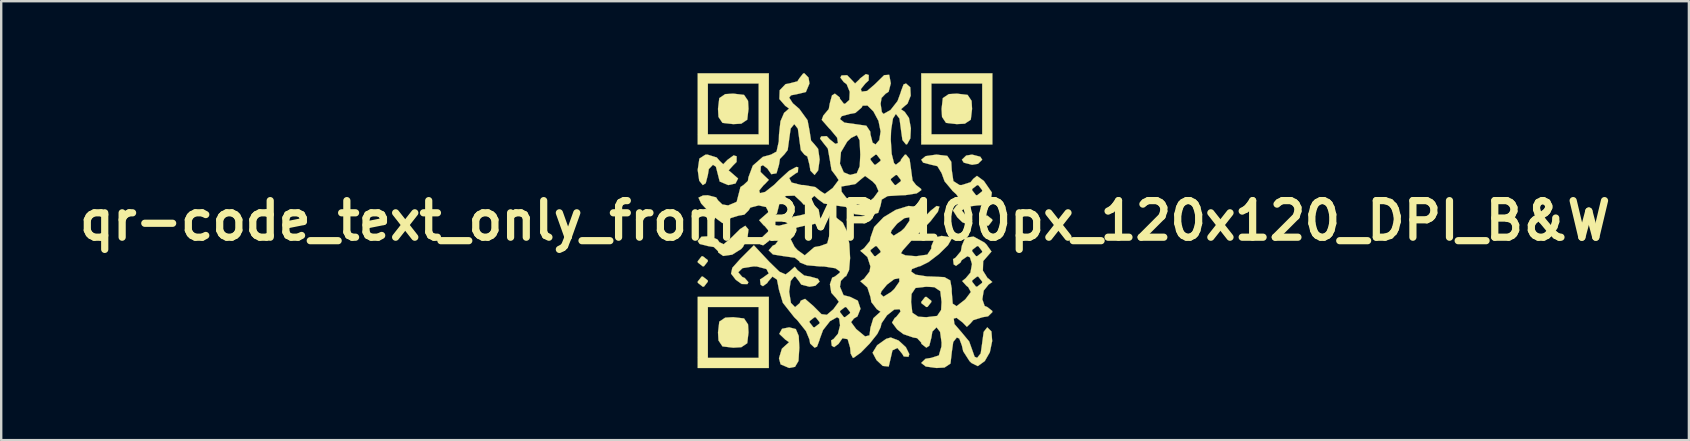
<source format=kicad_pcb>
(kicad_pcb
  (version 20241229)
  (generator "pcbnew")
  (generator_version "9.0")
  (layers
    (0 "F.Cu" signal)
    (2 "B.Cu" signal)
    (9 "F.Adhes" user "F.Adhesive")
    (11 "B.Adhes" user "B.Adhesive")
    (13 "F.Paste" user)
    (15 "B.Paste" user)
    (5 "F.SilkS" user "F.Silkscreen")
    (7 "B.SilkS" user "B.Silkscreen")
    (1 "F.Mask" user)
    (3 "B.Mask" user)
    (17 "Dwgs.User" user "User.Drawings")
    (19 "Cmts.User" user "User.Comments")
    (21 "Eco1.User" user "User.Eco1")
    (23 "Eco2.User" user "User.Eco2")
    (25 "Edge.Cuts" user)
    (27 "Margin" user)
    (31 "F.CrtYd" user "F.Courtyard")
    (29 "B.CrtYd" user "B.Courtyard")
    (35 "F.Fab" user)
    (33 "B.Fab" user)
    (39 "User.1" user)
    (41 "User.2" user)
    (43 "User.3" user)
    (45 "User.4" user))
  (footprint "qr-code_text_only_from_BMP_100px_120x120_DPI_B&W"
    (layer "F.Cu")
    (at 32.156 6.143)
    (property "Reference" "qr-code_text_only_from_BMP_100px_120x120_DPI_B&W" (at 0 0 0) (layer "F.SilkS") (effects (font (size 1.524 1.524) (thickness 0.3))))
    (attr through_hole)
    (fp_poly (pts (xy -5.721 1.643) (xy -5.715 1.693) (xy -5.876 1.899) (xy -5.927 1.905) (xy -6.132 1.744) (xy -6.138 1.693) (xy -5.977 1.488) (xy -5.927 1.482) (xy -5.721 1.643)) (stroke (width 0.01) (type solid)) (fill yes) (layer "F.SilkS"))
    (fp_poly (pts (xy -5.721 2.489) (xy -5.715 2.54) (xy -5.876 2.746) (xy -5.927 2.752) (xy -6.132 2.591) (xy -6.138 2.54) (xy -5.977 2.334) (xy -5.927 2.328) (xy -5.721 2.489)) (stroke (width 0.01) (type solid)) (fill yes) (layer "F.SilkS"))
    (fp_poly (pts (xy 3.592 3.336) (xy 3.598 3.387) (xy 3.437 3.592) (xy 3.387 3.598) (xy 3.181 3.437) (xy 3.175 3.387) (xy 3.336 3.181) (xy 3.387 3.175) (xy 3.592 3.336)) (stroke (width 0.01) (type solid)) (fill yes) (layer "F.SilkS"))
    (fp_poly (pts (xy 5.636 -2.663) (xy 5.715 -2.54) (xy 5.538 -2.368) (xy 5.292 -2.328) (xy 4.948 -2.417) (xy 4.868 -2.54) (xy 5.046 -2.712) (xy 5.292 -2.752) (xy 5.636 -2.663)) (stroke (width 0.01) (type solid)) (fill yes) (layer "F.SilkS"))
    (fp_poly (pts (xy 6.132 -0.051) (xy 6.138 0) (xy 5.977 0.206) (xy 5.927 0.212) (xy 5.721 0.051) (xy 5.715 0) (xy 5.876 -0.206) (xy 5.927 -0.212) (xy 6.132 -0.051)) (stroke (width 0.01) (type solid)) (fill yes) (layer "F.SilkS"))
    (fp_poly (pts (xy -3.175 -3.175) (xy -6.138 -3.175) (xy -6.138 -5.715) (xy -5.715 -5.715) (xy -5.715 -3.598) (xy -3.598 -3.598) (xy -3.598 -5.715) (xy -5.715 -5.715) (xy -6.138 -5.715) (xy -6.138 -6.138) (xy -3.175 -6.138) (xy -3.175 -3.175)) (stroke (width 0.01) (type solid)) (fill yes) (layer "F.SilkS"))
    (fp_poly (pts (xy -3.175 6.138) (xy -6.138 6.138) (xy -6.138 3.598) (xy -5.715 3.598) (xy -5.715 5.715) (xy -3.598 5.715) (xy -3.598 3.598) (xy -5.715 3.598) (xy -6.138 3.598) (xy -6.138 3.175) (xy -3.175 3.175) (xy -3.175 6.138)) (stroke (width 0.01) (type solid)) (fill yes) (layer "F.SilkS"))
    (fp_poly (pts (xy 6.138 -3.175) (xy 3.175 -3.175) (xy 3.175 -5.715) (xy 3.598 -5.715) (xy 3.598 -3.598) (xy 5.715 -3.598) (xy 5.715 -5.715) (xy 3.598 -5.715) (xy 3.175 -5.715) (xy 3.175 -6.138) (xy 6.138 -6.138) (xy 6.138 -3.175)) (stroke (width 0.01) (type solid)) (fill yes) (layer "F.SilkS"))
    (fp_poly (pts (xy -4.207 -5.239) (xy -4.041 -4.992) (xy -4.022 -4.657) (xy -4.074 -4.207) (xy -4.322 -4.041) (xy -4.657 -4.022) (xy -5.106 -4.074) (xy -5.272 -4.322) (xy -5.292 -4.657) (xy -5.239 -5.106) (xy -4.992 -5.272) (xy -4.657 -5.292) (xy -4.207 -5.239)) (stroke (width 0.01) (type solid)) (fill yes) (layer "F.SilkS"))
    (fp_poly (pts (xy -4.207 4.074) (xy -4.041 4.322) (xy -4.022 4.657) (xy -4.074 5.106) (xy -4.322 5.272) (xy -4.657 5.292) (xy -5.106 5.239) (xy -5.272 4.992) (xy -5.292 4.657) (xy -5.239 4.207) (xy -4.992 4.041) (xy -4.657 4.022) (xy -4.207 4.074)) (stroke (width 0.01) (type solid)) (fill yes) (layer "F.SilkS"))
    (fp_poly (pts (xy 5.106 -5.239) (xy 5.272 -4.992) (xy 5.292 -4.657) (xy 5.239 -4.207) (xy 4.992 -4.041) (xy 4.657 -4.022) (xy 4.207 -4.074) (xy 4.041 -4.322) (xy 4.022 -4.657) (xy 4.074 -5.106) (xy 4.322 -5.272) (xy 4.657 -5.292) (xy 5.106 -5.239)) (stroke (width 0.01) (type solid)) (fill yes) (layer "F.SilkS"))
    (fp_poly (pts (xy -2.051 4.516) (xy -1.929 4.803) (xy -1.905 5.292) (xy -1.94 5.846) (xy -2.084 6.09) (xy -2.328 6.138) (xy -2.684 5.987) (xy -2.752 5.733) (xy -2.63 5.334) (xy -2.487 5.203) (xy -2.331 5.064) (xy -2.487 4.957) (xy -2.74 4.716) (xy -2.624 4.505) (xy -2.328 4.445) (xy -2.051 4.516)) (stroke (width 0.01) (type solid)) (fill yes) (layer "F.SilkS"))
    (fp_poly (pts (xy 2.232 4.994) (xy 2.535 5.273) (xy 2.678 5.562) (xy 2.642 5.672) (xy 2.444 5.656) (xy 2.388 5.556) (xy 2.182 5.303) (xy 1.976 5.404) (xy 1.905 5.715) (xy 1.82 6.077) (xy 1.571 6.052) (xy 1.311 5.809) (xy 1.147 5.502) (xy 1.333 5.198) (xy 1.349 5.182) (xy 1.713 4.924) (xy 1.905 4.868) (xy 2.232 4.994)) (stroke (width 0.01) (type solid)) (fill yes) (layer "F.SilkS"))
    (fp_poly (pts (xy -4.023 0.368) (xy -4.065 0.72) (xy -4.251 1.095) (xy -4.324 1.179) (xy -4.702 1.417) (xy -5.076 1.471) (xy -5.284 1.325) (xy -5.292 1.27) (xy -5.469 1.098) (xy -5.715 1.058) (xy -6.059 0.97) (xy -6.138 0.847) (xy -5.979 0.668) (xy -5.638 0.65) (xy -5.319 0.78) (xy -5.232 0.9) (xy -5.056 0.982) (xy -4.713 0.688) (xy -4.372 0.35) (xy -4.156 0.212) (xy -4.023 0.368)) (stroke (width 0.01) (type solid)) (fill yes) (layer "F.SilkS"))
    (fp_poly (pts (xy -5.343 -2.631) (xy -5.22 -2.487) (xy -5.076 -2.35) (xy -4.896 -2.534) (xy -4.641 -2.72) (xy -4.516 -2.681) (xy -4.519 -2.446) (xy -4.663 -2.301) (xy -4.85 -2.095) (xy -4.71 -1.977) (xy -4.456 -1.756) (xy -4.564 -1.548) (xy -4.868 -1.482) (xy -5.222 -1.631) (xy -5.292 -1.905) (xy -5.38 -2.249) (xy -5.503 -2.328) (xy -5.675 -2.151) (xy -5.715 -1.905) (xy -5.804 -1.561) (xy -5.927 -1.482) (xy -6.075 -1.666) (xy -6.138 -2.109) (xy -6.138 -2.117) (xy -6.069 -2.585) (xy -5.819 -2.747) (xy -5.733 -2.752) (xy -5.343 -2.631)) (stroke (width 0.01) (type solid)) (fill yes) (layer "F.SilkS"))
    (fp_poly (pts (xy 4.26 -2.699) (xy 4.426 -2.452) (xy 4.445 -2.117) (xy 4.514 -1.648) (xy 4.765 -1.486) (xy 4.851 -1.482) (xy 5.229 -1.601) (xy 5.344 -1.744) (xy 5.497 -1.866) (xy 5.785 -1.654) (xy 6.116 -1.174) (xy 6.071 -0.818) (xy 5.668 -0.644) (xy 5.503 -0.635) (xy 5.057 -0.574) (xy 4.868 -0.426) (xy 4.868 -0.423) (xy 5.029 -0.218) (xy 5.08 -0.212) (xy 5.286 -0.051) (xy 5.292 0) (xy 5.178 0.194) (xy 4.887 0.065) (xy 4.68 -0.136) (xy 4.495 -0.428) (xy 4.637 -0.622) (xy 4.674 -0.645) (xy 4.815 -0.831) (xy 4.636 -1.098) (xy 4.491 -1.23) (xy 4.457 -1.27) (xy 5.292 -1.27) (xy 5.453 -1.064) (xy 5.503 -1.058) (xy 5.709 -1.219) (xy 5.715 -1.27) (xy 5.554 -1.476) (xy 5.503 -1.482) (xy 5.298 -1.321) (xy 5.292 -1.27) (xy 4.457 -1.27) (xy 4.148 -1.638) (xy 4.022 -1.983) (xy 3.846 -2.271) (xy 3.598 -2.328) (xy 3.254 -2.417) (xy 3.175 -2.54) (xy 3.359 -2.689) (xy 3.802 -2.752) (xy 3.81 -2.752) (xy 4.26 -2.699)) (stroke (width 0.01) (type solid)) (fill yes) (layer "F.SilkS"))
    (fp_poly (pts (xy -1.521 -5.961) (xy -1.482 -5.715) (xy -1.631 -5.361) (xy -1.905 -5.292) (xy -2.249 -5.222) (xy -2.328 -5.127) (xy -2.175 -4.89) (xy -1.905 -4.657) (xy -1.563 -4.186) (xy -1.482 -3.763) (xy -1.416 -3.338) (xy -1.27 -3.175) (xy -1.121 -2.991) (xy -1.058 -2.548) (xy -1.058 -2.54) (xy -1.12 -2.094) (xy -1.267 -1.905) (xy -1.27 -1.905) (xy -1.442 -2.082) (xy -1.482 -2.328) (xy -1.57 -2.672) (xy -1.693 -2.752) (xy -1.842 -2.936) (xy -1.905 -3.379) (xy -1.905 -3.387) (xy -1.966 -3.833) (xy -2.114 -4.022) (xy -2.117 -4.022) (xy -2.265 -3.838) (xy -2.328 -3.395) (xy -2.328 -3.387) (xy -2.39 -2.941) (xy -2.537 -2.752) (xy -2.54 -2.752) (xy -2.712 -2.574) (xy -2.752 -2.328) (xy -2.855 -1.974) (xy -3.071 -1.935) (xy -3.234 -2.17) (xy -3.421 -2.312) (xy -3.51 -2.264) (xy -3.52 -2.03) (xy -3.381 -1.893) (xy -3.175 -1.699) (xy -3.353 -1.511) (xy -3.381 -1.493) (xy -3.575 -1.257) (xy -3.546 -1.147) (xy -3.329 -1.197) (xy -2.951 -1.494) (xy -2.752 -1.693) (xy -2.335 -2.074) (xy -2.027 -2.24) (xy -1.952 -2.223) (xy -1.964 -2.021) (xy -2.064 -1.964) (xy -2.325 -1.775) (xy -2.228 -1.589) (xy -1.829 -1.486) (xy -1.711 -1.482) (xy -1.241 -1.401) (xy -1.006 -1.219) (xy -0.842 -1.115) (xy -0.514 -1.361) (xy -0.468 -1.422) (xy -0.156 -1.422) (xy -0.142 -1.204) (xy 0.053 -0.952) (xy 0.515 -0.664) (xy 1.009 -0.796) (xy 1.194 -0.953) (xy 1.395 -1.23) (xy 1.282 -1.492) (xy 1.143 -1.639) (xy 1.068 -1.693) (xy 1.905 -1.693) (xy 2.066 -1.488) (xy 2.117 -1.482) (xy 2.322 -1.643) (xy 2.328 -1.693) (xy 2.167 -1.899) (xy 2.117 -1.905) (xy 1.911 -1.744) (xy 1.905 -1.693) (xy 1.068 -1.693) (xy 0.836 -1.863) (xy 0.687 -1.744) (xy 0.43 -1.525) (xy 0.194 -1.482) (xy -0.156 -1.422) (xy -0.468 -1.422) (xy -0.267 -1.692) (xy -0.372 -1.853) (xy -0.563 -2.105) (xy -0.608 -2.377) (xy -0.213 -2.377) (xy -0.053 -2.013) (xy 0.212 -1.905) (xy 0.489 -1.976) (xy 0.611 -2.263) (xy 0.625 -2.54) (xy 1.058 -2.54) (xy 1.219 -2.334) (xy 1.27 -2.328) (xy 1.476 -2.489) (xy 1.482 -2.54) (xy 1.321 -2.746) (xy 1.27 -2.752) (xy 1.064 -2.591) (xy 1.058 -2.54) (xy 0.625 -2.54) (xy 0.635 -2.752) (xy 0.607 -3.348) (xy 0.494 -3.566) (xy 0.253 -3.448) (xy 0.091 -3.296) (xy -0.17 -2.855) (xy -0.213 -2.377) (xy -0.608 -2.377) (xy -0.635 -2.54) (xy -0.718 -3.006) (xy -0.9 -3.234) (xy -1.042 -3.421) (xy -0.994 -3.51) (xy -0.762 -3.521) (xy -0.635 -3.387) (xy -0.403 -3.199) (xy -0.295 -3.233) (xy -0.33 -3.458) (xy -0.617 -3.804) (xy -0.654 -3.837) (xy -0.97 -4.199) (xy -0.958 -4.233) (xy -0.212 -4.233) (xy -0.028 -4.085) (xy 0.415 -4.022) (xy 0.423 -4.022) (xy 0.888 -3.955) (xy 1.052 -3.708) (xy 1.058 -3.598) (xy 1.147 -3.254) (xy 1.27 -3.175) (xy 1.427 -3.357) (xy 1.482 -3.719) (xy 1.393 -4.157) (xy 1.183 -4.55) (xy 0.936 -4.796) (xy 0.733 -4.791) (xy 0.687 -4.708) (xy 0.43 -4.488) (xy 0.194 -4.445) (xy -0.14 -4.353) (xy -0.212 -4.233) (xy -0.958 -4.233) (xy -0.903 -4.384) (xy -0.9 -4.385) (xy -0.678 -4.649) (xy -0.635 -4.886) (xy -0.543 -5.22) (xy -0.423 -5.292) (xy -0.218 -5.131) (xy -0.212 -5.08) (xy -0.051 -4.874) (xy 0 -4.868) (xy 0.178 -5.028) (xy 0.196 -5.369) (xy 0.066 -5.687) (xy -0.053 -5.774) (xy -0.195 -5.961) (xy -0.147 -6.05) (xy 0.087 -6.06) (xy 0.223 -5.921) (xy 0.418 -5.715) (xy 0.606 -5.893) (xy 0.623 -5.921) (xy 0.867 -6.107) (xy 0.988 -6.068) (xy 0.983 -5.84) (xy 0.847 -5.715) (xy 0.659 -5.483) (xy 0.693 -5.375) (xy 0.92 -5.405) (xy 1.241 -5.681) (xy 1.63 -6.062) (xy 1.84 -6.077) (xy 1.905 -5.729) (xy 1.905 -5.715) (xy 1.816 -5.371) (xy 1.693 -5.292) (xy 1.521 -5.114) (xy 1.482 -4.868) (xy 1.533 -4.524) (xy 1.603 -4.445) (xy 1.896 -4.611) (xy 2.187 -4.982) (xy 2.328 -5.365) (xy 2.328 -5.382) (xy 2.438 -5.674) (xy 2.54 -5.715) (xy 2.718 -5.555) (xy 2.736 -5.209) (xy 2.604 -4.877) (xy 2.487 -4.78) (xy 2.331 -4.641) (xy 2.487 -4.533) (xy 2.663 -4.281) (xy 2.743 -3.852) (xy 2.72 -3.427) (xy 2.587 -3.185) (xy 2.54 -3.175) (xy 2.391 -3.359) (xy 2.328 -3.802) (xy 2.328 -3.81) (xy 2.267 -4.256) (xy 2.119 -4.445) (xy 2.117 -4.445) (xy 1.996 -4.255) (xy 1.919 -3.768) (xy 1.905 -3.387) (xy 1.943 -2.783) (xy 2.04 -2.4) (xy 2.117 -2.328) (xy 2.322 -2.489) (xy 2.328 -2.54) (xy 2.489 -2.746) (xy 2.54 -2.752) (xy 2.689 -2.568) (xy 2.752 -2.125) (xy 2.752 -2.117) (xy 2.813 -1.671) (xy 2.961 -1.482) (xy 2.963 -1.482) (xy 3.169 -1.321) (xy 3.175 -1.27) (xy 2.987 -1.137) (xy 2.518 -1.064) (xy 2.328 -1.058) (xy 1.774 -1.023) (xy 1.53 -0.879) (xy 1.482 -0.635) (xy 1.382 -0.325) (xy 1.011 -0.216) (xy 0.847 -0.212) (xy 0.401 -0.273) (xy 0.212 -0.421) (xy 0.212 -0.423) (xy 0.028 -0.574) (xy -0.406 -0.635) (xy -0.883 -0.716) (xy -1.13 -0.9) (xy -1.279 -1.035) (xy -1.482 -0.847) (xy -1.707 -0.654) (xy -1.833 -0.794) (xy -2.104 -1.043) (xy -2.466 -1.03) (xy -2.723 -0.788) (xy -2.752 -0.635) (xy -2.84 -0.291) (xy -2.963 -0.212) (xy -3.169 -0.051) (xy -3.175 0) (xy -2.998 0.172) (xy -2.752 0.212) (xy -2.408 0.123) (xy -2.328 0) (xy -2.151 -0.172) (xy -1.905 -0.212) (xy -1.561 -0.3) (xy -1.482 -0.423) (xy -1.321 -0.629) (xy -1.27 -0.635) (xy -1.098 -0.458) (xy -1.058 -0.212) (xy -1.158 0.098) (xy -1.529 0.207) (xy -1.693 0.212) (xy -2.189 0.329) (xy -2.33 0.642) (xy -2.1 1.095) (xy -1.975 1.23) (xy -1.677 1.445) (xy -1.534 1.321) (xy -1.277 1.101) (xy -1.041 1.058) (xy -0.742 0.95) (xy -0.638 0.558) (xy -0.635 0.423) (xy -0.593 -0.072) (xy -0.435 -0.179) (xy -0.111 0.071) (xy -0.091 0.091) (xy 0.076 0.433) (xy 0.178 0.97) (xy 0.211 1.559) (xy 0.168 2.056) (xy 0.043 2.317) (xy 0 2.328) (xy -0.172 2.506) (xy -0.212 2.752) (xy -0.062 3.105) (xy 0.212 3.175) (xy 0.532 3.332) (xy 0.645 3.67) (xy 0.516 3.99) (xy 0.372 4.074) (xy 0.251 4.227) (xy 0.463 4.515) (xy 0.836 4.823) (xy 1.018 4.778) (xy 1.058 4.463) (xy 1.18 4.064) (xy 1.323 3.933) (xy 1.479 3.794) (xy 1.323 3.687) (xy 1.097 3.394) (xy 1.096 3.387) (xy 2.752 3.387) (xy 2.804 3.836) (xy 3.052 4.002) (xy 3.387 4.022) (xy 3.836 3.969) (xy 4.002 3.722) (xy 4.022 3.387) (xy 3.969 2.937) (xy 3.722 2.771) (xy 3.387 2.752) (xy 2.937 2.804) (xy 2.771 3.052) (xy 2.752 3.387) (xy 1.096 3.387) (xy 1.058 3.175) (xy 1.019 3.054) (xy 1.482 3.054) (xy 1.601 3.168) (xy 1.919 2.971) (xy 2.051 2.847) (xy 2.263 2.542) (xy 2.258 2.399) (xy 2.05 2.437) (xy 1.747 2.665) (xy 1.517 2.943) (xy 1.482 3.054) (xy 1.019 3.054) (xy 0.931 2.784) (xy 0.794 2.663) (xy 0.638 2.524) (xy 0.794 2.417) (xy 1.02 2.124) (xy 1.058 1.905) (xy 0.931 1.514) (xy 0.794 1.393) (xy 0.655 1.27) (xy 1.058 1.27) (xy 1.219 1.476) (xy 1.27 1.482) (xy 1.476 1.321) (xy 1.482 1.27) (xy 1.321 1.064) (xy 1.27 1.058) (xy 1.064 1.219) (xy 1.058 1.27) (xy 0.655 1.27) (xy 0.638 1.254) (xy 0.794 1.147) (xy 1.035 0.85) (xy 1.058 0.714) (xy 1.128 0.514) (xy 1.905 0.514) (xy 2.025 0.628) (xy 2.342 0.431) (xy 2.474 0.307) (xy 2.686 0.002) (xy 2.681 -0.141) (xy 2.473 -0.103) (xy 2.17 0.125) (xy 1.94 0.403) (xy 1.905 0.514) (xy 1.128 0.514) (xy 1.214 0.266) (xy 1.605 -0.142) (xy 2.119 -0.453) (xy 2.645 -0.613) (xy 3.068 -0.565) (xy 3.247 -0.37) (xy 3.391 -0.233) (xy 3.571 -0.417) (xy 3.817 -0.612) (xy 3.931 -0.585) (xy 3.87 -0.375) (xy 3.564 0.021) (xy 3.201 0.398) (xy 2.728 0.872) (xy 2.411 1.228) (xy 2.328 1.359) (xy 2.513 1.445) (xy 2.956 1.482) (xy 2.963 1.482) (xy 3.428 1.415) (xy 3.592 1.168) (xy 3.598 1.058) (xy 3.748 0.705) (xy 4.022 0.635) (xy 4.366 0.684) (xy 4.445 0.75) (xy 4.288 1.023) (xy 3.917 1.389) (xy 3.48 1.723) (xy 3.125 1.9) (xy 3.079 1.905) (xy 2.791 2.016) (xy 2.752 2.117) (xy 2.939 2.249) (xy 3.409 2.323) (xy 3.598 2.328) (xy 4.141 2.353) (xy 4.383 2.489) (xy 4.444 2.827) (xy 4.445 2.963) (xy 4.486 3.458) (xy 4.646 3.563) (xy 4.979 3.306) (xy 5.024 3.262) (xy 5.242 2.972) (xy 5.13 2.767) (xy 5.061 2.716) (xy 4.903 2.54) (xy 5.292 2.54) (xy 5.453 2.746) (xy 5.503 2.752) (xy 5.709 2.591) (xy 5.715 2.54) (xy 5.554 2.334) (xy 5.503 2.328) (xy 5.298 2.489) (xy 5.292 2.54) (xy 4.903 2.54) (xy 4.882 2.516) (xy 5.027 2.4) (xy 5.224 2.166) (xy 5.289 1.807) (xy 5.204 1.528) (xy 5.098 1.482) (xy 4.858 1.648) (xy 4.809 1.746) (xy 4.624 1.883) (xy 4.527 1.823) (xy 4.5 1.604) (xy 4.604 1.541) (xy 4.825 1.277) (xy 4.827 1.27) (xy 5.292 1.27) (xy 5.453 1.476) (xy 5.503 1.482) (xy 5.709 1.321) (xy 5.715 1.27) (xy 5.554 1.064) (xy 5.503 1.058) (xy 5.298 1.219) (xy 5.292 1.27) (xy 4.827 1.27) (xy 4.868 1.041) (xy 5.009 0.71) (xy 5.357 0.664) (xy 5.8 0.907) (xy 5.887 0.988) (xy 6.101 1.286) (xy 5.978 1.429) (xy 5.755 1.685) (xy 5.743 2.081) (xy 5.939 2.394) (xy 5.98 2.417) (xy 6.135 2.556) (xy 5.98 2.663) (xy 5.778 2.913) (xy 5.72 3.277) (xy 5.817 3.555) (xy 5.927 3.598) (xy 6.132 3.759) (xy 6.138 3.81) (xy 5.962 3.984) (xy 5.733 4.022) (xy 5.343 4.143) (xy 5.22 4.286) (xy 5.076 4.423) (xy 4.896 4.239) (xy 4.647 4.048) (xy 4.528 4.079) (xy 4.558 4.307) (xy 4.834 4.627) (xy 5.172 5.033) (xy 5.292 5.369) (xy 5.398 5.669) (xy 5.503 5.715) (xy 5.652 5.531) (xy 5.715 5.088) (xy 5.715 5.08) (xy 5.776 4.634) (xy 5.924 4.445) (xy 5.927 4.445) (xy 6.099 4.615) (xy 6.13 5.016) (xy 6.033 5.483) (xy 5.821 5.851) (xy 5.531 6.06) (xy 5.269 5.931) (xy 5.186 5.851) (xy 4.922 5.44) (xy 4.868 5.201) (xy 4.759 4.91) (xy 4.657 4.868) (xy 4.508 5.052) (xy 4.445 5.495) (xy 4.445 5.503) (xy 4.393 5.953) (xy 4.145 6.119) (xy 3.81 6.138) (xy 3.364 6.077) (xy 3.175 5.929) (xy 3.175 5.927) (xy 3.352 5.755) (xy 3.598 5.715) (xy 3.908 5.615) (xy 4.017 5.244) (xy 4.022 5.08) (xy 3.96 4.634) (xy 3.813 4.445) (xy 3.81 4.445) (xy 3.638 4.622) (xy 3.598 4.868) (xy 3.51 5.212) (xy 3.387 5.292) (xy 3.181 5.131) (xy 3.175 5.08) (xy 3.003 4.895) (xy 2.842 4.868) (xy 2.432 4.728) (xy 2.173 4.532) (xy 1.957 4.244) (xy 2.072 4.052) (xy 2.129 4.014) (xy 2.311 3.788) (xy 2.279 3.69) (xy 2.05 3.704) (xy 1.748 3.943) (xy 1.522 4.272) (xy 1.482 4.44) (xy 1.346 4.718) (xy 1.028 5.118) (xy 0.659 5.496) (xy 0.369 5.706) (xy 0.327 5.715) (xy 0.233 5.537) (xy 0.212 5.292) (xy 0.109 4.937) (xy -0.108 4.899) (xy -0.271 5.133) (xy -0.456 5.27) (xy -0.553 5.21) (xy -0.58 4.991) (xy -0.476 4.928) (xy -0.295 4.713) (xy -0.207 4.362) (xy -0.245 4.076) (xy -0.333 4.022) (xy -0.626 4.188) (xy -0.917 4.559) (xy -1.058 4.942) (xy -1.058 4.959) (xy -1.168 5.25) (xy -1.27 5.292) (xy -1.454 5.119) (xy -1.482 4.953) (xy -1.627 4.603) (xy -1.921 4.233) (xy -1.482 4.233) (xy -1.321 4.439) (xy -1.27 4.445) (xy -1.064 4.284) (xy -1.058 4.233) (xy -1.219 4.028) (xy -1.27 4.022) (xy -1.476 4.183) (xy -1.482 4.233) (xy -1.921 4.233) (xy -1.989 4.148) (xy -2.117 4.022) (xy -2.591 3.421) (xy -2.752 2.878) (xy -2.835 2.456) (xy -3.023 2.33) (xy -3.22 2.556) (xy -3.234 2.593) (xy -3.42 2.73) (xy -3.516 2.67) (xy -3.543 2.451) (xy -3.44 2.388) (xy -3.178 2.2) (xy -3.275 2.015) (xy -3.673 1.91) (xy -3.81 1.905) (xy -4.273 1.979) (xy -4.45 2.151) (xy -4.281 2.345) (xy -4.18 2.388) (xy -4.026 2.564) (xy -4.065 2.642) (xy -4.306 2.64) (xy -4.553 2.462) (xy -4.749 2.207) (xy -4.696 1.965) (xy -4.362 1.591) (xy -4.345 1.574) (xy -3.798 1.027) (xy -3.153 1.717) (xy -2.731 2.127) (xy -2.474 2.24) (xy -2.296 2.103) (xy -2.094 1.921) (xy -1.977 2.064) (xy -1.701 2.286) (xy -1.464 2.328) (xy -1.13 2.42) (xy -1.058 2.54) (xy -1.236 2.712) (xy -1.482 2.752) (xy -1.826 2.663) (xy -1.905 2.54) (xy -2.066 2.334) (xy -2.117 2.328) (xy -2.265 2.512) (xy -2.328 2.955) (xy -2.328 2.963) (xy -2.254 3.427) (xy -2.082 3.603) (xy -1.887 3.434) (xy -1.845 3.334) (xy -1.665 3.258) (xy -1.311 3.564) (xy -1.307 3.569) (xy -0.981 3.896) (xy -0.757 3.923) (xy -0.625 3.81) (xy -0.212 3.81) (xy -0.051 4.016) (xy 0 4.022) (xy 0.206 3.861) (xy 0.212 3.81) (xy 0.051 3.604) (xy 0 3.598) (xy -0.206 3.759) (xy -0.212 3.81) (xy -0.625 3.81) (xy -0.486 3.691) (xy -0.257 3.378) (xy -0.372 3.227) (xy -0.572 3.004) (xy -0.63 2.651) (xy -0.535 2.374) (xy -0.423 2.328) (xy -0.218 2.167) (xy -0.212 2.117) (xy -0.399 1.984) (xy -0.869 1.91) (xy -1.058 1.905) (xy -1.589 1.858) (xy -1.883 1.741) (xy -1.905 1.693) (xy -2.089 1.545) (xy -2.532 1.482) (xy -2.54 1.482) (xy -3.003 1.408) (xy -3.18 1.236) (xy -3.011 1.041) (xy -2.91 0.999) (xy -2.768 0.812) (xy -2.816 0.723) (xy -3.048 0.712) (xy -3.175 0.847) (xy -3.412 1.028) (xy -3.528 0.988) (xy -3.523 0.758) (xy -3.381 0.623) (xy -3.177 0.428) (xy -3.345 0.226) (xy -3.387 0.196) (xy -3.578 -0.018) (xy -3.44 -0.14) (xy -3.186 -0.361) (xy -3.294 -0.569) (xy -3.598 -0.635) (xy -3.942 -0.546) (xy -4.022 -0.423) (xy -4.198 -0.249) (xy -4.427 -0.212) (xy -4.805 -0.095) (xy -4.919 0.047) (xy -5.106 0.101) (xy -5.492 -0.184) (xy -5.572 -0.261) (xy -5.994 -0.716) (xy -6.106 -0.958) (xy -5.916 -1.05) (xy -5.715 -1.058) (xy -5.371 -0.97) (xy -5.292 -0.847) (xy -5.114 -0.675) (xy -4.868 -0.635) (xy -4.515 -0.785) (xy -4.445 -1.058) (xy -4.356 -1.402) (xy -4.233 -1.482) (xy -4.048 -1.654) (xy -4.022 -1.814) (xy -3.843 -2.292) (xy -3.425 -2.658) (xy -3.084 -2.752) (xy -2.854 -2.878) (xy -2.759 -3.308) (xy -2.752 -3.581) (xy -2.69 -4.14) (xy -2.537 -4.495) (xy -2.487 -4.533) (xy -2.331 -4.672) (xy -2.487 -4.78) (xy -2.736 -5.067) (xy -2.722 -5.434) (xy -2.478 -5.688) (xy -2.328 -5.715) (xy -1.984 -5.804) (xy -1.905 -5.927) (xy -1.744 -6.132) (xy -1.693 -6.138) (xy -1.521 -5.961)) (stroke (width 0.01) (type solid)) (fill yes) (layer "F.SilkS")))
  (gr_rect
    (start -3 -3)
    (end 67.313 15.287)
    (stroke (width 0.1) (type default))
    (fill no)
    (layer "Edge.Cuts")))
</source>
